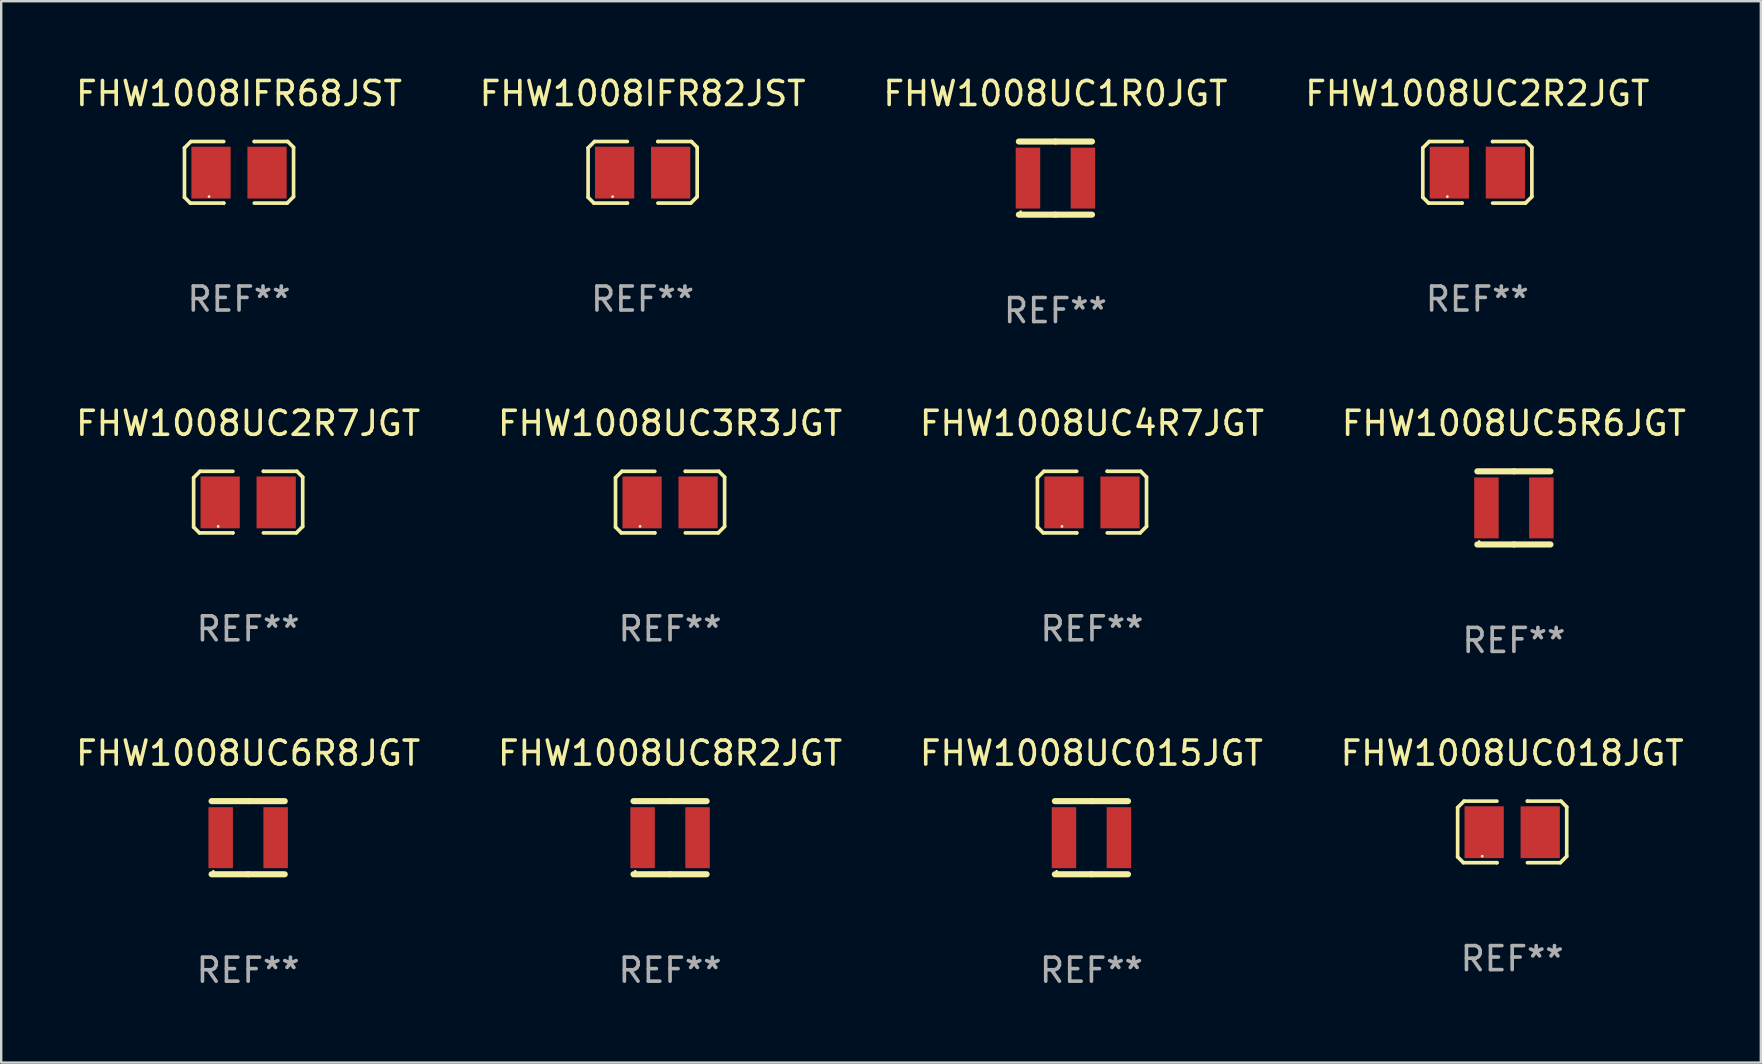
<source format=kicad_pcb>
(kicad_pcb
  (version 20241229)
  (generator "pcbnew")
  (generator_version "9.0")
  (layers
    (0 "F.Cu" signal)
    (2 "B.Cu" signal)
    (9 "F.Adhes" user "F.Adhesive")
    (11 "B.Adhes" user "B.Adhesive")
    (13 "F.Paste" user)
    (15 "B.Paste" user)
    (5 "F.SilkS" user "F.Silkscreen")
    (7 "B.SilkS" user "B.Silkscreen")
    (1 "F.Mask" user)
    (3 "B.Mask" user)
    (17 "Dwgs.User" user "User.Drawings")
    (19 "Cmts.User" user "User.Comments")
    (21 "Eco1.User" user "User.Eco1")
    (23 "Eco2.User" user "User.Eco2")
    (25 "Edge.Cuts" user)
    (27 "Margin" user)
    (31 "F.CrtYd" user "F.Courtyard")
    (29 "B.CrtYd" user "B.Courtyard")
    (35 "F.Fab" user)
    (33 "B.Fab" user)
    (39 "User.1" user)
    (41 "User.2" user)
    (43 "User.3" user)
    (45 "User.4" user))
  (footprint "FHW1008UC6R8JGT"
    (layer "F.Cu")
    (at 7.292 31.861)
    (property "Reference" "FHW1008UC6R8JGT" (at 0 -3.524 0) (layer "F.SilkS") (effects (font (size 1 1) (thickness 0.15))))
    (attr through_hole)
    (fp_line (start -1.524 -1.524) (end 0 -1.524) (stroke (width 0.254) (type solid)) (layer "F.SilkS"))
    (fp_line (start 0 -1.524) (end 1.524 -1.524) (stroke (width 0.254) (type solid)) (layer "F.SilkS"))
    (fp_line (start 0 1.524) (end -1.524 1.524) (stroke (width 0.254) (type solid)) (layer "F.SilkS"))
    (fp_line (start 1.524 1.524) (end 0 1.524) (stroke (width 0.254) (type solid)) (layer "F.SilkS"))
    (fp_circle (center -1.45 1.4) (end -1.42 1.4) (stroke (width 0.06) (type solid)) (fill no) (layer "F.SilkS"))
    (fp_text user "REF**" (at 0 5.524 0) (layer "F.Fab") (effects (font (size 1 1) (thickness 0.15))))
    (pad "1" smd rect (at -1.145 0) (size 1.02 2.54) (layers "F.Cu" "F.Mask" "F.Paste"))
    (pad "2" smd rect (at 1.145 0) (size 1.02 2.54) (layers "F.Cu" "F.Mask" "F.Paste")))
  (footprint "FHW1008UC018JGT"
    (layer "F.Cu")
    (at 59.97 31.62)
    (property "Reference" "FHW1008UC018JGT" (at 0 -3.283 0) (layer "F.SilkS") (effects (font (size 1 1) (thickness 0.15))))
    (attr through_hole)
    (fp_line (start -2.273 -1.016) (end -2.007 -1.283) (stroke (width 0.152) (type solid)) (layer "F.SilkS"))
    (fp_line (start -2.273 1.041) (end -2.273 -1.016) (stroke (width 0.152) (type solid)) (layer "F.SilkS"))
    (fp_line (start -2.032 1.283) (end -2.273 1.041) (stroke (width 0.152) (type solid)) (layer "F.SilkS"))
    (fp_line (start -2.007 -1.283) (end -0.635 -1.283) (stroke (width 0.152) (type solid)) (layer "F.SilkS"))
    (fp_line (start -0.635 1.283) (end -2.032 1.283) (stroke (width 0.152) (type solid)) (layer "F.SilkS"))
    (fp_line (start -0.635 1.283) (end -0.635 1.283) (stroke (width 0.152) (type solid)) (layer "F.SilkS"))
    (fp_line (start 0.635 -1.283) (end 0.635 -1.283) (stroke (width 0.152) (type solid)) (layer "F.SilkS"))
    (fp_line (start 0.635 -1.283) (end 2.032 -1.283) (stroke (width 0.152) (type solid)) (layer "F.SilkS"))
    (fp_line (start 2.007 1.283) (end 0.635 1.283) (stroke (width 0.152) (type solid)) (layer "F.SilkS"))
    (fp_line (start 2.032 -1.283) (end 2.273 -1.041) (stroke (width 0.152) (type solid)) (layer "F.SilkS"))
    (fp_line (start 2.273 -1.041) (end 2.273 1.016) (stroke (width 0.152) (type solid)) (layer "F.SilkS"))
    (fp_line (start 2.273 1.016) (end 2.007 1.283) (stroke (width 0.152) (type solid)) (layer "F.SilkS"))
    (fp_circle (center -1.25 1.013) (end -1.22 1.013) (stroke (width 0.06) (type solid)) (fill no) (layer "F.SilkS"))
    (fp_text user "REF**" (at 0 5.283 0) (layer "F.Fab") (effects (font (size 1 1) (thickness 0.15))))
    (pad "1" smd rect (at -1.167 0.013) (size 1.635 2.16) (layers "F.Cu" "F.Mask" "F.Paste"))
    (pad "2" smd rect (at 1.168 0.013) (size 1.635 2.16) (layers "F.Cu" "F.Mask" "F.Paste")))
  (footprint "FHW1008UC3R3JGT"
    (layer "F.Cu")
    (at 24.875 17.875)
    (property "Reference" "FHW1008UC3R3JGT" (at 0 -3.283 0) (layer "F.SilkS") (effects (font (size 1 1) (thickness 0.15))))
    (attr through_hole)
    (fp_line (start -2.273 -1.016) (end -2.007 -1.283) (stroke (width 0.152) (type solid)) (layer "F.SilkS"))
    (fp_line (start -2.273 1.041) (end -2.273 -1.016) (stroke (width 0.152) (type solid)) (layer "F.SilkS"))
    (fp_line (start -2.032 1.283) (end -2.273 1.041) (stroke (width 0.152) (type solid)) (layer "F.SilkS"))
    (fp_line (start -2.007 -1.283) (end -0.635 -1.283) (stroke (width 0.152) (type solid)) (layer "F.SilkS"))
    (fp_line (start -0.635 1.283) (end -2.032 1.283) (stroke (width 0.152) (type solid)) (layer "F.SilkS"))
    (fp_line (start -0.635 1.283) (end -0.635 1.283) (stroke (width 0.152) (type solid)) (layer "F.SilkS"))
    (fp_line (start 0.635 -1.283) (end 0.635 -1.283) (stroke (width 0.152) (type solid)) (layer "F.SilkS"))
    (fp_line (start 0.635 -1.283) (end 2.032 -1.283) (stroke (width 0.152) (type solid)) (layer "F.SilkS"))
    (fp_line (start 2.007 1.283) (end 0.635 1.283) (stroke (width 0.152) (type solid)) (layer "F.SilkS"))
    (fp_line (start 2.032 -1.283) (end 2.273 -1.041) (stroke (width 0.152) (type solid)) (layer "F.SilkS"))
    (fp_line (start 2.273 -1.041) (end 2.273 1.016) (stroke (width 0.152) (type solid)) (layer "F.SilkS"))
    (fp_line (start 2.273 1.016) (end 2.007 1.283) (stroke (width 0.152) (type solid)) (layer "F.SilkS"))
    (fp_circle (center -1.25 1.013) (end -1.22 1.013) (stroke (width 0.06) (type solid)) (fill no) (layer "F.SilkS"))
    (fp_text user "REF**" (at 0 5.283 0) (layer "F.Fab") (effects (font (size 1 1) (thickness 0.15))))
    (pad "1" smd rect (at -1.167 0.013) (size 1.635 2.16) (layers "F.Cu" "F.Mask" "F.Paste"))
    (pad "2" smd rect (at 1.168 0.013) (size 1.635 2.16) (layers "F.Cu" "F.Mask" "F.Paste")))
  (footprint "FHW1008UC8R2JGT"
    (layer "F.Cu")
    (at 24.875 31.861)
    (property "Reference" "FHW1008UC8R2JGT" (at 0 -3.524 0) (layer "F.SilkS") (effects (font (size 1 1) (thickness 0.15))))
    (attr through_hole)
    (fp_line (start -1.524 -1.524) (end 0 -1.524) (stroke (width 0.254) (type solid)) (layer "F.SilkS"))
    (fp_line (start 0 -1.524) (end 1.524 -1.524) (stroke (width 0.254) (type solid)) (layer "F.SilkS"))
    (fp_line (start 0 1.524) (end -1.524 1.524) (stroke (width 0.254) (type solid)) (layer "F.SilkS"))
    (fp_line (start 1.524 1.524) (end 0 1.524) (stroke (width 0.254) (type solid)) (layer "F.SilkS"))
    (fp_circle (center -1.45 1.4) (end -1.42 1.4) (stroke (width 0.06) (type solid)) (fill no) (layer "F.SilkS"))
    (fp_text user "REF**" (at 0 5.524 0) (layer "F.Fab") (effects (font (size 1 1) (thickness 0.15))))
    (pad "1" smd rect (at -1.145 0) (size 1.02 2.54) (layers "F.Cu" "F.Mask" "F.Paste"))
    (pad "2" smd rect (at 1.145 0) (size 1.02 2.54) (layers "F.Cu" "F.Mask" "F.Paste")))
  (footprint "FHW1008IFR82JST"
    (layer "F.Cu")
    (at 23.732 4.131)
    (property "Reference" "FHW1008IFR82JST" (at 0 -3.283 0) (layer "F.SilkS") (effects (font (size 1 1) (thickness 0.15))))
    (attr through_hole)
    (fp_line (start -2.273 -1.016) (end -2.007 -1.283) (stroke (width 0.152) (type solid)) (layer "F.SilkS"))
    (fp_line (start -2.273 1.041) (end -2.273 -1.016) (stroke (width 0.152) (type solid)) (layer "F.SilkS"))
    (fp_line (start -2.032 1.283) (end -2.273 1.041) (stroke (width 0.152) (type solid)) (layer "F.SilkS"))
    (fp_line (start -2.007 -1.283) (end -0.635 -1.283) (stroke (width 0.152) (type solid)) (layer "F.SilkS"))
    (fp_line (start -0.635 1.283) (end -2.032 1.283) (stroke (width 0.152) (type solid)) (layer "F.SilkS"))
    (fp_line (start -0.635 1.283) (end -0.635 1.283) (stroke (width 0.152) (type solid)) (layer "F.SilkS"))
    (fp_line (start 0.635 -1.283) (end 0.635 -1.283) (stroke (width 0.152) (type solid)) (layer "F.SilkS"))
    (fp_line (start 0.635 -1.283) (end 2.032 -1.283) (stroke (width 0.152) (type solid)) (layer "F.SilkS"))
    (fp_line (start 2.007 1.283) (end 0.635 1.283) (stroke (width 0.152) (type solid)) (layer "F.SilkS"))
    (fp_line (start 2.032 -1.283) (end 2.273 -1.041) (stroke (width 0.152) (type solid)) (layer "F.SilkS"))
    (fp_line (start 2.273 -1.041) (end 2.273 1.016) (stroke (width 0.152) (type solid)) (layer "F.SilkS"))
    (fp_line (start 2.273 1.016) (end 2.007 1.283) (stroke (width 0.152) (type solid)) (layer "F.SilkS"))
    (fp_circle (center -1.25 1.013) (end -1.22 1.013) (stroke (width 0.06) (type solid)) (fill no) (layer "F.SilkS"))
    (fp_text user "REF**" (at 0 5.283 0) (layer "F.Fab") (effects (font (size 1 1) (thickness 0.15))))
    (pad "1" smd rect (at -1.167 0.013) (size 1.635 2.16) (layers "F.Cu" "F.Mask" "F.Paste"))
    (pad "2" smd rect (at 1.168 0.013) (size 1.635 2.16) (layers "F.Cu" "F.Mask" "F.Paste")))
  (footprint "FHW1008UC2R2JGT"
    (layer "F.Cu")
    (at 58.518 4.131)
    (property "Reference" "FHW1008UC2R2JGT" (at 0 -3.283 0) (layer "F.SilkS") (effects (font (size 1 1) (thickness 0.15))))
    (attr through_hole)
    (fp_line (start -2.273 -1.016) (end -2.007 -1.283) (stroke (width 0.152) (type solid)) (layer "F.SilkS"))
    (fp_line (start -2.273 1.041) (end -2.273 -1.016) (stroke (width 0.152) (type solid)) (layer "F.SilkS"))
    (fp_line (start -2.032 1.283) (end -2.273 1.041) (stroke (width 0.152) (type solid)) (layer "F.SilkS"))
    (fp_line (start -2.007 -1.283) (end -0.635 -1.283) (stroke (width 0.152) (type solid)) (layer "F.SilkS"))
    (fp_line (start -0.635 1.283) (end -2.032 1.283) (stroke (width 0.152) (type solid)) (layer "F.SilkS"))
    (fp_line (start -0.635 1.283) (end -0.635 1.283) (stroke (width 0.152) (type solid)) (layer "F.SilkS"))
    (fp_line (start 0.635 -1.283) (end 0.635 -1.283) (stroke (width 0.152) (type solid)) (layer "F.SilkS"))
    (fp_line (start 0.635 -1.283) (end 2.032 -1.283) (stroke (width 0.152) (type solid)) (layer "F.SilkS"))
    (fp_line (start 2.007 1.283) (end 0.635 1.283) (stroke (width 0.152) (type solid)) (layer "F.SilkS"))
    (fp_line (start 2.032 -1.283) (end 2.273 -1.041) (stroke (width 0.152) (type solid)) (layer "F.SilkS"))
    (fp_line (start 2.273 -1.041) (end 2.273 1.016) (stroke (width 0.152) (type solid)) (layer "F.SilkS"))
    (fp_line (start 2.273 1.016) (end 2.007 1.283) (stroke (width 0.152) (type solid)) (layer "F.SilkS"))
    (fp_circle (center -1.25 1.013) (end -1.22 1.013) (stroke (width 0.06) (type solid)) (fill no) (layer "F.SilkS"))
    (fp_text user "REF**" (at 0 5.283 0) (layer "F.Fab") (effects (font (size 1 1) (thickness 0.15))))
    (pad "1" smd rect (at -1.167 0.013) (size 1.635 2.16) (layers "F.Cu" "F.Mask" "F.Paste"))
    (pad "2" smd rect (at 1.168 0.013) (size 1.635 2.16) (layers "F.Cu" "F.Mask" "F.Paste")))
  (footprint "FHW1008IFR68JST"
    (layer "F.Cu")
    (at 6.911 4.131)
    (property "Reference" "FHW1008IFR68JST" (at 0 -3.283 0) (layer "F.SilkS") (effects (font (size 1 1) (thickness 0.15))))
    (attr through_hole)
    (fp_line (start -2.273 -1.016) (end -2.007 -1.283) (stroke (width 0.152) (type solid)) (layer "F.SilkS"))
    (fp_line (start -2.273 1.041) (end -2.273 -1.016) (stroke (width 0.152) (type solid)) (layer "F.SilkS"))
    (fp_line (start -2.032 1.283) (end -2.273 1.041) (stroke (width 0.152) (type solid)) (layer "F.SilkS"))
    (fp_line (start -2.007 -1.283) (end -0.635 -1.283) (stroke (width 0.152) (type solid)) (layer "F.SilkS"))
    (fp_line (start -0.635 1.283) (end -2.032 1.283) (stroke (width 0.152) (type solid)) (layer "F.SilkS"))
    (fp_line (start -0.635 1.283) (end -0.635 1.283) (stroke (width 0.152) (type solid)) (layer "F.SilkS"))
    (fp_line (start 0.635 -1.283) (end 0.635 -1.283) (stroke (width 0.152) (type solid)) (layer "F.SilkS"))
    (fp_line (start 0.635 -1.283) (end 2.032 -1.283) (stroke (width 0.152) (type solid)) (layer "F.SilkS"))
    (fp_line (start 2.007 1.283) (end 0.635 1.283) (stroke (width 0.152) (type solid)) (layer "F.SilkS"))
    (fp_line (start 2.032 -1.283) (end 2.273 -1.041) (stroke (width 0.152) (type solid)) (layer "F.SilkS"))
    (fp_line (start 2.273 -1.041) (end 2.273 1.016) (stroke (width 0.152) (type solid)) (layer "F.SilkS"))
    (fp_line (start 2.273 1.016) (end 2.007 1.283) (stroke (width 0.152) (type solid)) (layer "F.SilkS"))
    (fp_circle (center -1.25 1.013) (end -1.22 1.013) (stroke (width 0.06) (type solid)) (fill no) (layer "F.SilkS"))
    (fp_text user "REF**" (at 0 5.283 0) (layer "F.Fab") (effects (font (size 1 1) (thickness 0.15))))
    (pad "1" smd rect (at -1.167 0.013) (size 1.635 2.16) (layers "F.Cu" "F.Mask" "F.Paste"))
    (pad "2" smd rect (at 1.168 0.013) (size 1.635 2.16) (layers "F.Cu" "F.Mask" "F.Paste")))
  (footprint "FHW1008UC1R0JGT"
    (layer "F.Cu")
    (at 40.935 4.372)
    (property "Reference" "FHW1008UC1R0JGT" (at 0 -3.524 0) (layer "F.SilkS") (effects (font (size 1 1) (thickness 0.15))))
    (attr through_hole)
    (fp_line (start -1.524 -1.524) (end 0 -1.524) (stroke (width 0.254) (type solid)) (layer "F.SilkS"))
    (fp_line (start 0 -1.524) (end 1.524 -1.524) (stroke (width 0.254) (type solid)) (layer "F.SilkS"))
    (fp_line (start 0 1.524) (end -1.524 1.524) (stroke (width 0.254) (type solid)) (layer "F.SilkS"))
    (fp_line (start 1.524 1.524) (end 0 1.524) (stroke (width 0.254) (type solid)) (layer "F.SilkS"))
    (fp_circle (center -1.45 1.4) (end -1.42 1.4) (stroke (width 0.06) (type solid)) (fill no) (layer "F.SilkS"))
    (fp_text user "REF**" (at 0 5.524 0) (layer "F.Fab") (effects (font (size 1 1) (thickness 0.15))))
    (pad "1" smd rect (at -1.145 0) (size 1.02 2.54) (layers "F.Cu" "F.Mask" "F.Paste"))
    (pad "2" smd rect (at 1.145 0) (size 1.02 2.54) (layers "F.Cu" "F.Mask" "F.Paste")))
  (footprint "FHW1008UC2R7JGT"
    (layer "F.Cu")
    (at 7.292 17.875)
    (property "Reference" "FHW1008UC2R7JGT" (at 0 -3.283 0) (layer "F.SilkS") (effects (font (size 1 1) (thickness 0.15))))
    (attr through_hole)
    (fp_line (start -2.273 -1.016) (end -2.007 -1.283) (stroke (width 0.152) (type solid)) (layer "F.SilkS"))
    (fp_line (start -2.273 1.041) (end -2.273 -1.016) (stroke (width 0.152) (type solid)) (layer "F.SilkS"))
    (fp_line (start -2.032 1.283) (end -2.273 1.041) (stroke (width 0.152) (type solid)) (layer "F.SilkS"))
    (fp_line (start -2.007 -1.283) (end -0.635 -1.283) (stroke (width 0.152) (type solid)) (layer "F.SilkS"))
    (fp_line (start -0.635 1.283) (end -2.032 1.283) (stroke (width 0.152) (type solid)) (layer "F.SilkS"))
    (fp_line (start -0.635 1.283) (end -0.635 1.283) (stroke (width 0.152) (type solid)) (layer "F.SilkS"))
    (fp_line (start 0.635 -1.283) (end 0.635 -1.283) (stroke (width 0.152) (type solid)) (layer "F.SilkS"))
    (fp_line (start 0.635 -1.283) (end 2.032 -1.283) (stroke (width 0.152) (type solid)) (layer "F.SilkS"))
    (fp_line (start 2.007 1.283) (end 0.635 1.283) (stroke (width 0.152) (type solid)) (layer "F.SilkS"))
    (fp_line (start 2.032 -1.283) (end 2.273 -1.041) (stroke (width 0.152) (type solid)) (layer "F.SilkS"))
    (fp_line (start 2.273 -1.041) (end 2.273 1.016) (stroke (width 0.152) (type solid)) (layer "F.SilkS"))
    (fp_line (start 2.273 1.016) (end 2.007 1.283) (stroke (width 0.152) (type solid)) (layer "F.SilkS"))
    (fp_circle (center -1.25 1.013) (end -1.22 1.013) (stroke (width 0.06) (type solid)) (fill no) (layer "F.SilkS"))
    (fp_text user "REF**" (at 0 5.283 0) (layer "F.Fab") (effects (font (size 1 1) (thickness 0.15))))
    (pad "1" smd rect (at -1.167 0.013) (size 1.635 2.16) (layers "F.Cu" "F.Mask" "F.Paste"))
    (pad "2" smd rect (at 1.168 0.013) (size 1.635 2.16) (layers "F.Cu" "F.Mask" "F.Paste")))
  (footprint "FHW1008UC5R6JGT"
    (layer "F.Cu")
    (at 60.042 18.117)
    (property "Reference" "FHW1008UC5R6JGT" (at 0 -3.524 0) (layer "F.SilkS") (effects (font (size 1 1) (thickness 0.15))))
    (attr through_hole)
    (fp_line (start -1.524 -1.524) (end 0 -1.524) (stroke (width 0.254) (type solid)) (layer "F.SilkS"))
    (fp_line (start 0 -1.524) (end 1.524 -1.524) (stroke (width 0.254) (type solid)) (layer "F.SilkS"))
    (fp_line (start 0 1.524) (end -1.524 1.524) (stroke (width 0.254) (type solid)) (layer "F.SilkS"))
    (fp_line (start 1.524 1.524) (end 0 1.524) (stroke (width 0.254) (type solid)) (layer "F.SilkS"))
    (fp_circle (center -1.45 1.4) (end -1.42 1.4) (stroke (width 0.06) (type solid)) (fill no) (layer "F.SilkS"))
    (fp_text user "REF**" (at 0 5.524 0) (layer "F.Fab") (effects (font (size 1 1) (thickness 0.15))))
    (pad "1" smd rect (at -1.145 0) (size 1.02 2.54) (layers "F.Cu" "F.Mask" "F.Paste"))
    (pad "2" smd rect (at 1.145 0) (size 1.02 2.54) (layers "F.Cu" "F.Mask" "F.Paste")))
  (footprint "FHW1008UC015JGT"
    (layer "F.Cu")
    (at 42.435 31.861)
    (property "Reference" "FHW1008UC015JGT" (at 0 -3.524 0) (layer "F.SilkS") (effects (font (size 1 1) (thickness 0.15))))
    (attr through_hole)
    (fp_line (start -1.524 -1.524) (end 0 -1.524) (stroke (width 0.254) (type solid)) (layer "F.SilkS"))
    (fp_line (start 0 -1.524) (end 1.524 -1.524) (stroke (width 0.254) (type solid)) (layer "F.SilkS"))
    (fp_line (start 0 1.524) (end -1.524 1.524) (stroke (width 0.254) (type solid)) (layer "F.SilkS"))
    (fp_line (start 1.524 1.524) (end 0 1.524) (stroke (width 0.254) (type solid)) (layer "F.SilkS"))
    (fp_circle (center -1.45 1.4) (end -1.42 1.4) (stroke (width 0.06) (type solid)) (fill no) (layer "F.SilkS"))
    (fp_text user "REF**" (at 0 5.524 0) (layer "F.Fab") (effects (font (size 1 1) (thickness 0.15))))
    (pad "1" smd rect (at -1.145 0) (size 1.02 2.54) (layers "F.Cu" "F.Mask" "F.Paste"))
    (pad "2" smd rect (at 1.145 0) (size 1.02 2.54) (layers "F.Cu" "F.Mask" "F.Paste")))
  (footprint "FHW1008UC4R7JGT"
    (layer "F.Cu")
    (at 42.458 17.875)
    (property "Reference" "FHW1008UC4R7JGT" (at 0 -3.283 0) (layer "F.SilkS") (effects (font (size 1 1) (thickness 0.15))))
    (attr through_hole)
    (fp_line (start -2.273 -1.016) (end -2.007 -1.283) (stroke (width 0.152) (type solid)) (layer "F.SilkS"))
    (fp_line (start -2.273 1.041) (end -2.273 -1.016) (stroke (width 0.152) (type solid)) (layer "F.SilkS"))
    (fp_line (start -2.032 1.283) (end -2.273 1.041) (stroke (width 0.152) (type solid)) (layer "F.SilkS"))
    (fp_line (start -2.007 -1.283) (end -0.635 -1.283) (stroke (width 0.152) (type solid)) (layer "F.SilkS"))
    (fp_line (start -0.635 1.283) (end -2.032 1.283) (stroke (width 0.152) (type solid)) (layer "F.SilkS"))
    (fp_line (start -0.635 1.283) (end -0.635 1.283) (stroke (width 0.152) (type solid)) (layer "F.SilkS"))
    (fp_line (start 0.635 -1.283) (end 0.635 -1.283) (stroke (width 0.152) (type solid)) (layer "F.SilkS"))
    (fp_line (start 0.635 -1.283) (end 2.032 -1.283) (stroke (width 0.152) (type solid)) (layer "F.SilkS"))
    (fp_line (start 2.007 1.283) (end 0.635 1.283) (stroke (width 0.152) (type solid)) (layer "F.SilkS"))
    (fp_line (start 2.032 -1.283) (end 2.273 -1.041) (stroke (width 0.152) (type solid)) (layer "F.SilkS"))
    (fp_line (start 2.273 -1.041) (end 2.273 1.016) (stroke (width 0.152) (type solid)) (layer "F.SilkS"))
    (fp_line (start 2.273 1.016) (end 2.007 1.283) (stroke (width 0.152) (type solid)) (layer "F.SilkS"))
    (fp_circle (center -1.25 1.013) (end -1.22 1.013) (stroke (width 0.06) (type solid)) (fill no) (layer "F.SilkS"))
    (fp_text user "REF**" (at 0 5.283 0) (layer "F.Fab") (effects (font (size 1 1) (thickness 0.15))))
    (pad "1" smd rect (at -1.167 0.013) (size 1.635 2.16) (layers "F.Cu" "F.Mask" "F.Paste"))
    (pad "2" smd rect (at 1.168 0.013) (size 1.635 2.16) (layers "F.Cu" "F.Mask" "F.Paste")))
  (gr_rect
    (start -3 -3)
    (end 70.333 41.234)
    (stroke (width 0.1) (type default))
    (fill no)
    (layer "Edge.Cuts")))
</source>
